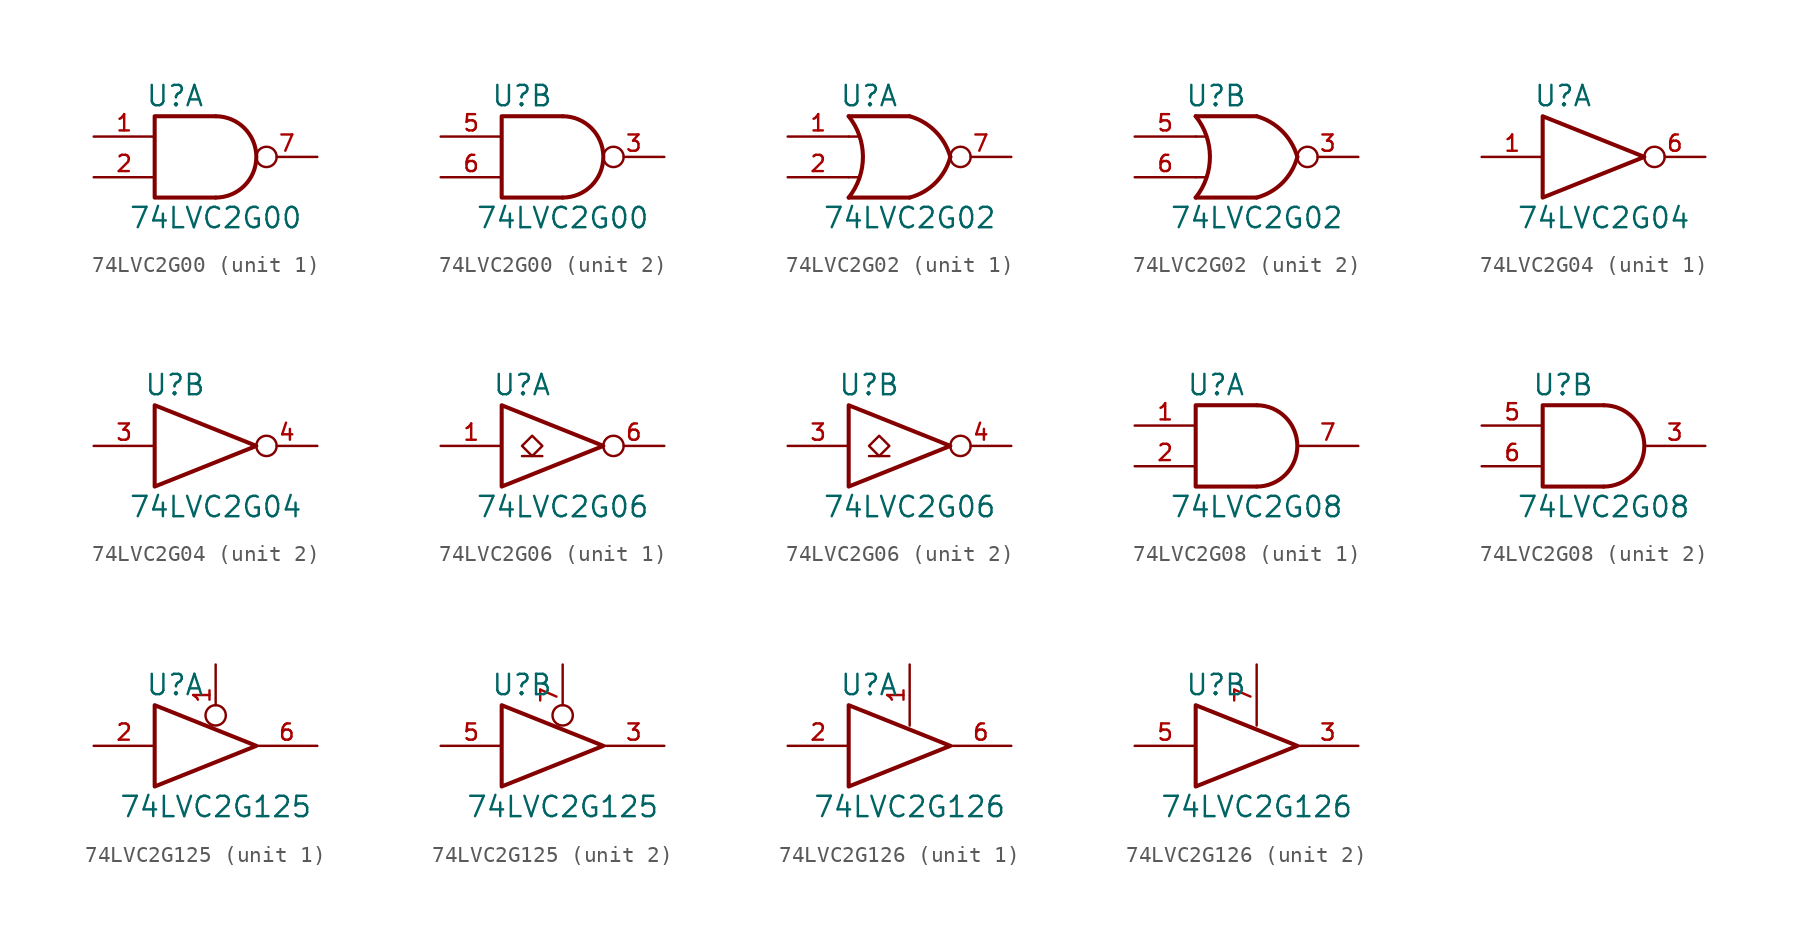
<source format=kicad_sym>
(kicad_symbol_lib
  (version 20201005)
  (generator kicad_symbol_editor)
  (symbol "74xGxx:74LVC2G00"
    (pin_names
      (offset 1.016))
    (property "Reference" "U"
      (at -2.54 3.81 0)
      (effects (font (size 1.27 1.27))))
    (property "Value" "74LVC2G00"
      (at 0 -3.81 0)
      (effects (font (size 1.27 1.27))))
    (symbol "74LVC2G00_0_1"
      (arc (start 0 -2.54) (end 0 2.54) (radius (at 0 0) (length 2.54) (angles -89.9 89.9)) (stroke (width 0.254)) (fill (type none)))
      (polyline (pts (xy 0 -2.54) (xy -3.81 -2.54) (xy -3.81 2.54) (xy 0 2.54)) (stroke (width 0.254)) (fill (type none)))
      (pin power_in line (at 0 -2.54 270) (length 0) hide (name "GND" (effects (font (size 1.016 1.016)))) (number "4" (effects (font (size 1.016 1.016)))))
      (pin power_in line (at 0 2.54 90) (length 0) hide (name "VCC" (effects (font (size 1.016 1.016)))) (number "8" (effects (font (size 1.016 1.016))))))
    (symbol "74LVC2G00_1_1"
      (pin input line (at -7.62 1.27 0) (length 3.81) (name "~" (effects (font (size 1.016 1.016)))) (number "1" (effects (font (size 1.016 1.016)))))
      (pin input line (at -7.62 -1.27 0) (length 3.81) (name "~" (effects (font (size 1.016 1.016)))) (number "2" (effects (font (size 1.016 1.016)))))
      (pin output inverted (at 6.35 0 180) (length 3.81) (name "~" (effects (font (size 1.016 1.016)))) (number "7" (effects (font (size 1.016 1.016))))))
    (symbol "74LVC2G00_2_1"
      (pin output inverted (at 6.35 0 180) (length 3.81) (name "~" (effects (font (size 1.016 1.016)))) (number "3" (effects (font (size 1.016 1.016)))))
      (pin input line (at -7.62 1.27 0) (length 3.81) (name "~" (effects (font (size 1.016 1.016)))) (number "5" (effects (font (size 1.016 1.016)))))
      (pin input line (at -7.62 -1.27 0) (length 3.81) (name "~" (effects (font (size 1.016 1.016)))) (number "6" (effects (font (size 1.016 1.016)))))))
  (symbol "74xGxx:74LVC2G02"
    (pin_names
      (offset 1.016))
    (property "Reference" "U"
      (at -2.54 3.81 0)
      (effects (font (size 1.27 1.27))))
    (property "Value" "74LVC2G02"
      (at 0 -3.81 0)
      (effects (font (size 1.27 1.27))))
    (symbol "74LVC2G02_0_1"
      (arc (start -3.81 2.54) (end -3.81 -2.54) (radius (at -6.985 0) (length 4.064) (angles 38.6 -38.6)) (stroke (width 0.254)) (fill (type none)))
      (arc (start 0 2.54) (end 2.54 0) (radius (at -0.9652 -0.9398) (length 3.6068) (angles 74.4 15)) (stroke (width 0.254)) (fill (type none)))
      (arc (start 0 -2.54) (end 2.54 0) (radius (at -0.9652 0.9398) (length 3.6068) (angles -74.4 -15)) (stroke (width 0.254)) (fill (type none)))
      (polyline (pts (xy -3.81 -1.27) (xy -3.175 -1.27)) (stroke (width 0)) (fill (type none)))
      (polyline (pts (xy -3.81 1.27) (xy -3.175 1.27)) (stroke (width 0)) (fill (type none)))
      (polyline (pts (xy 0 -2.54) (xy -3.81 -2.54)) (stroke (width 0.254)) (fill (type background)))
      (polyline (pts (xy 0 2.54) (xy -3.81 2.54)) (stroke (width 0.254)) (fill (type background)))
      (pin power_in line (at 0 -2.54 270) (length 0) hide (name "GND" (effects (font (size 1.016 1.016)))) (number "4" (effects (font (size 1.016 1.016)))))
      (pin power_in line (at 0 2.54 90) (length 0) hide (name "VCC" (effects (font (size 1.016 1.016)))) (number "8" (effects (font (size 1.016 1.016))))))
    (symbol "74LVC2G02_1_1"
      (pin input line (at -7.62 1.27 0) (length 3.81) (name "~" (effects (font (size 1.016 1.016)))) (number "1" (effects (font (size 1.016 1.016)))))
      (pin input line (at -7.62 -1.27 0) (length 3.81) (name "~" (effects (font (size 1.016 1.016)))) (number "2" (effects (font (size 1.016 1.016)))))
      (pin output inverted (at 6.35 0 180) (length 3.81) (name "~" (effects (font (size 1.016 1.016)))) (number "7" (effects (font (size 1.016 1.016))))))
    (symbol "74LVC2G02_2_1"
      (pin output inverted (at 6.35 0 180) (length 3.81) (name "~" (effects (font (size 1.016 1.016)))) (number "3" (effects (font (size 1.016 1.016)))))
      (pin input line (at -7.62 1.27 0) (length 3.81) (name "~" (effects (font (size 1.016 1.016)))) (number "5" (effects (font (size 1.016 1.016)))))
      (pin input line (at -7.62 -1.27 0) (length 3.81) (name "~" (effects (font (size 1.016 1.016)))) (number "6" (effects (font (size 1.016 1.016)))))))
  (symbol "74xGxx:74LVC2G04"
    (pin_names
      (offset 1.016))
    (property "Reference" "U"
      (at -2.54 3.81 0)
      (effects (font (size 1.27 1.27))))
    (property "Value" "74LVC2G04"
      (at 0 -3.81 0)
      (effects (font (size 1.27 1.27))))
    (symbol "74LVC2G04_0_1"
      (polyline (pts (xy -3.81 2.54) (xy -3.81 -2.54) (xy 2.54 0) (xy -3.81 2.54)) (stroke (width 0.254)) (fill (type none)))
      (pin power_in line (at 0 -2.54 270) (length 0) hide (name "GND" (effects (font (size 1.016 1.016)))) (number "2" (effects (font (size 1.016 1.016)))))
      (pin power_in line (at 0 2.54 90) (length 0) hide (name "VCC" (effects (font (size 1.016 1.016)))) (number "5" (effects (font (size 1.016 1.016))))))
    (symbol "74LVC2G04_1_1"
      (pin input line (at -7.62 0 0) (length 3.81) (name "~" (effects (font (size 1.016 1.016)))) (number "1" (effects (font (size 1.016 1.016)))))
      (pin output inverted (at 6.35 0 180) (length 3.81) (name "~" (effects (font (size 1.016 1.016)))) (number "6" (effects (font (size 1.016 1.016))))))
    (symbol "74LVC2G04_2_1"
      (pin input line (at -7.62 0 0) (length 3.81) (name "~" (effects (font (size 1.016 1.016)))) (number "3" (effects (font (size 1.016 1.016)))))
      (pin output inverted (at 6.35 0 180) (length 3.81) (name "~" (effects (font (size 1.016 1.016)))) (number "4" (effects (font (size 1.016 1.016)))))))
  (symbol "74xGxx:74LVC2G06"
    (pin_names
      (offset 1.016))
    (property "Reference" "U"
      (at -2.54 3.81 0)
      (effects (font (size 1.27 1.27))))
    (property "Value" "74LVC2G06"
      (at 0 -3.81 0)
      (effects (font (size 1.27 1.27))))
    (symbol "74LVC2G06_0_1"
      (polyline (pts (xy -2.54 -0.635) (xy -1.27 -0.635)) (stroke (width 0)) (fill (type none)))
      (polyline (pts (xy -3.81 2.54) (xy -3.81 -2.54) (xy 2.54 0) (xy -3.81 2.54)) (stroke (width 0.254)) (fill (type none)))
      (polyline (pts (xy -1.905 0.635) (xy -2.54 0) (xy -1.905 -0.635) (xy -1.27 0) (xy -1.905 0.635)) (stroke (width 0)) (fill (type none)))
      (pin power_in line (at 0 -2.54 270) (length 0) hide (name "GND" (effects (font (size 1.016 1.016)))) (number "2" (effects (font (size 1.016 1.016)))))
      (pin power_in line (at 0 2.54 90) (length 0) hide (name "VCC" (effects (font (size 1.016 1.016)))) (number "5" (effects (font (size 1.016 1.016))))))
    (symbol "74LVC2G06_1_1"
      (pin input line (at -7.62 0 0) (length 3.81) (name "~" (effects (font (size 1.016 1.016)))) (number "1" (effects (font (size 1.016 1.016)))))
      (pin open_collector inverted (at 6.35 0 180) (length 3.81) (name "~" (effects (font (size 1.016 1.016)))) (number "6" (effects (font (size 1.016 1.016))))))
    (symbol "74LVC2G06_2_1"
      (pin input line (at -7.62 0 0) (length 3.81) (name "~" (effects (font (size 1.016 1.016)))) (number "3" (effects (font (size 1.016 1.016)))))
      (pin open_collector inverted (at 6.35 0 180) (length 3.81) (name "~" (effects (font (size 1.016 1.016)))) (number "4" (effects (font (size 1.016 1.016)))))))
  (symbol "74xGxx:74LVC2G08"
    (pin_names
      (offset 1.016))
    (property "Reference" "U"
      (at -2.54 3.81 0)
      (effects (font (size 1.27 1.27))))
    (property "Value" "74LVC2G08"
      (at 0 -3.81 0)
      (effects (font (size 1.27 1.27))))
    (symbol "74LVC2G08_0_1"
      (arc (start 0 -2.54) (end 0 2.54) (radius (at 0 0) (length 2.54) (angles -89.9 89.9)) (stroke (width 0.254)) (fill (type none)))
      (polyline (pts (xy 0 -2.54) (xy -3.81 -2.54) (xy -3.81 2.54) (xy 0 2.54)) (stroke (width 0.254)) (fill (type none)))
      (pin power_in line (at 0 -2.54 270) (length 0) hide (name "GND" (effects (font (size 1.016 1.016)))) (number "4" (effects (font (size 1.016 1.016)))))
      (pin power_in line (at 0 2.54 90) (length 0) hide (name "VCC" (effects (font (size 1.016 1.016)))) (number "8" (effects (font (size 1.016 1.016))))))
    (symbol "74LVC2G08_1_1"
      (pin input line (at -7.62 1.27 0) (length 3.81) (name "~" (effects (font (size 1.016 1.016)))) (number "1" (effects (font (size 1.016 1.016)))))
      (pin input line (at -7.62 -1.27 0) (length 3.81) (name "~" (effects (font (size 1.016 1.016)))) (number "2" (effects (font (size 1.016 1.016)))))
      (pin output line (at 6.35 0 180) (length 3.81) (name "~" (effects (font (size 1.016 1.016)))) (number "7" (effects (font (size 1.016 1.016))))))
    (symbol "74LVC2G08_2_1"
      (pin output line (at 6.35 0 180) (length 3.81) (name "~" (effects (font (size 1.016 1.016)))) (number "3" (effects (font (size 1.016 1.016)))))
      (pin input line (at -7.62 1.27 0) (length 3.81) (name "~" (effects (font (size 1.016 1.016)))) (number "5" (effects (font (size 1.016 1.016)))))
      (pin input line (at -7.62 -1.27 0) (length 3.81) (name "~" (effects (font (size 1.016 1.016)))) (number "6" (effects (font (size 1.016 1.016)))))))
  (symbol "74xGxx:74LVC2G125"
    (pin_names
      (offset 1.016))
    (property "Reference" "U"
      (at -2.54 3.81 0)
      (effects (font (size 1.27 1.27))))
    (property "Value" "74LVC2G125"
      (at 0 -3.81 0)
      (effects (font (size 1.27 1.27))))
    (symbol "74LVC2G125_0_1"
      (polyline (pts (xy -3.81 2.54) (xy -3.81 -2.54) (xy 2.54 0) (xy -3.81 2.54)) (stroke (width 0.254)) (fill (type none)))
      (pin power_in line (at 1.27 -1.27 270) (length 0) hide (name "GND" (effects (font (size 1.016 1.016)))) (number "4" (effects (font (size 1.016 1.016)))))
      (pin power_in line (at 1.27 1.27 90) (length 0) hide (name "VCC" (effects (font (size 1.016 1.016)))) (number "8" (effects (font (size 1.016 1.016))))))
    (symbol "74LVC2G125_1_1"
      (pin input inverted (at 0 5.08 270) (length 3.81) (name "~" (effects (font (size 1.016 1.016)))) (number "1" (effects (font (size 1.016 1.016)))))
      (pin input line (at -7.62 0 0) (length 3.81) (name "~" (effects (font (size 1.016 1.016)))) (number "2" (effects (font (size 1.016 1.016)))))
      (pin tri_state line (at 6.35 0 180) (length 3.81) (name "~" (effects (font (size 1.016 1.016)))) (number "6" (effects (font (size 1.016 1.016))))))
    (symbol "74LVC2G125_2_1"
      (pin tri_state line (at 6.35 0 180) (length 3.81) (name "~" (effects (font (size 1.016 1.016)))) (number "3" (effects (font (size 1.016 1.016)))))
      (pin input line (at -7.62 0 0) (length 3.81) (name "~" (effects (font (size 1.016 1.016)))) (number "5" (effects (font (size 1.016 1.016)))))
      (pin input inverted (at 0 5.08 270) (length 3.81) (name "~" (effects (font (size 1.016 1.016)))) (number "7" (effects (font (size 1.016 1.016)))))))
  (symbol "74xGxx:74LVC2G126"
    (pin_names
      (offset 1.016))
    (property "Reference" "U"
      (at -2.54 3.81 0)
      (effects (font (size 1.27 1.27))))
    (property "Value" "74LVC2G126"
      (at 0 -3.81 0)
      (effects (font (size 1.27 1.27))))
    (symbol "74LVC2G126_0_1"
      (polyline (pts (xy -3.81 2.54) (xy -3.81 -2.54) (xy 2.54 0) (xy -3.81 2.54)) (stroke (width 0.254)) (fill (type none)))
      (pin power_in line (at 1.27 -1.27 270) (length 0) hide (name "GND" (effects (font (size 1.016 1.016)))) (number "4" (effects (font (size 1.016 1.016)))))
      (pin power_in line (at 1.27 1.27 90) (length 0) hide (name "VCC" (effects (font (size 1.016 1.016)))) (number "8" (effects (font (size 1.016 1.016))))))
    (symbol "74LVC2G126_1_1"
      (pin input line (at 0 5.08 270) (length 3.81) (name "~" (effects (font (size 1.016 1.016)))) (number "1" (effects (font (size 1.016 1.016)))))
      (pin input line (at -7.62 0 0) (length 3.81) (name "~" (effects (font (size 1.016 1.016)))) (number "2" (effects (font (size 1.016 1.016)))))
      (pin tri_state line (at 6.35 0 180) (length 3.81) (name "~" (effects (font (size 1.016 1.016)))) (number "6" (effects (font (size 1.016 1.016))))))
    (symbol "74LVC2G126_2_1"
      (pin tri_state line (at 6.35 0 180) (length 3.81) (name "~" (effects (font (size 1.016 1.016)))) (number "3" (effects (font (size 1.016 1.016)))))
      (pin input line (at -7.62 0 0) (length 3.81) (name "~" (effects (font (size 1.016 1.016)))) (number "5" (effects (font (size 1.016 1.016)))))
      (pin input line (at 0 5.08 270) (length 3.81) (name "~" (effects (font (size 1.016 1.016)))) (number "7" (effects (font (size 1.016 1.016))))))))
</source>
